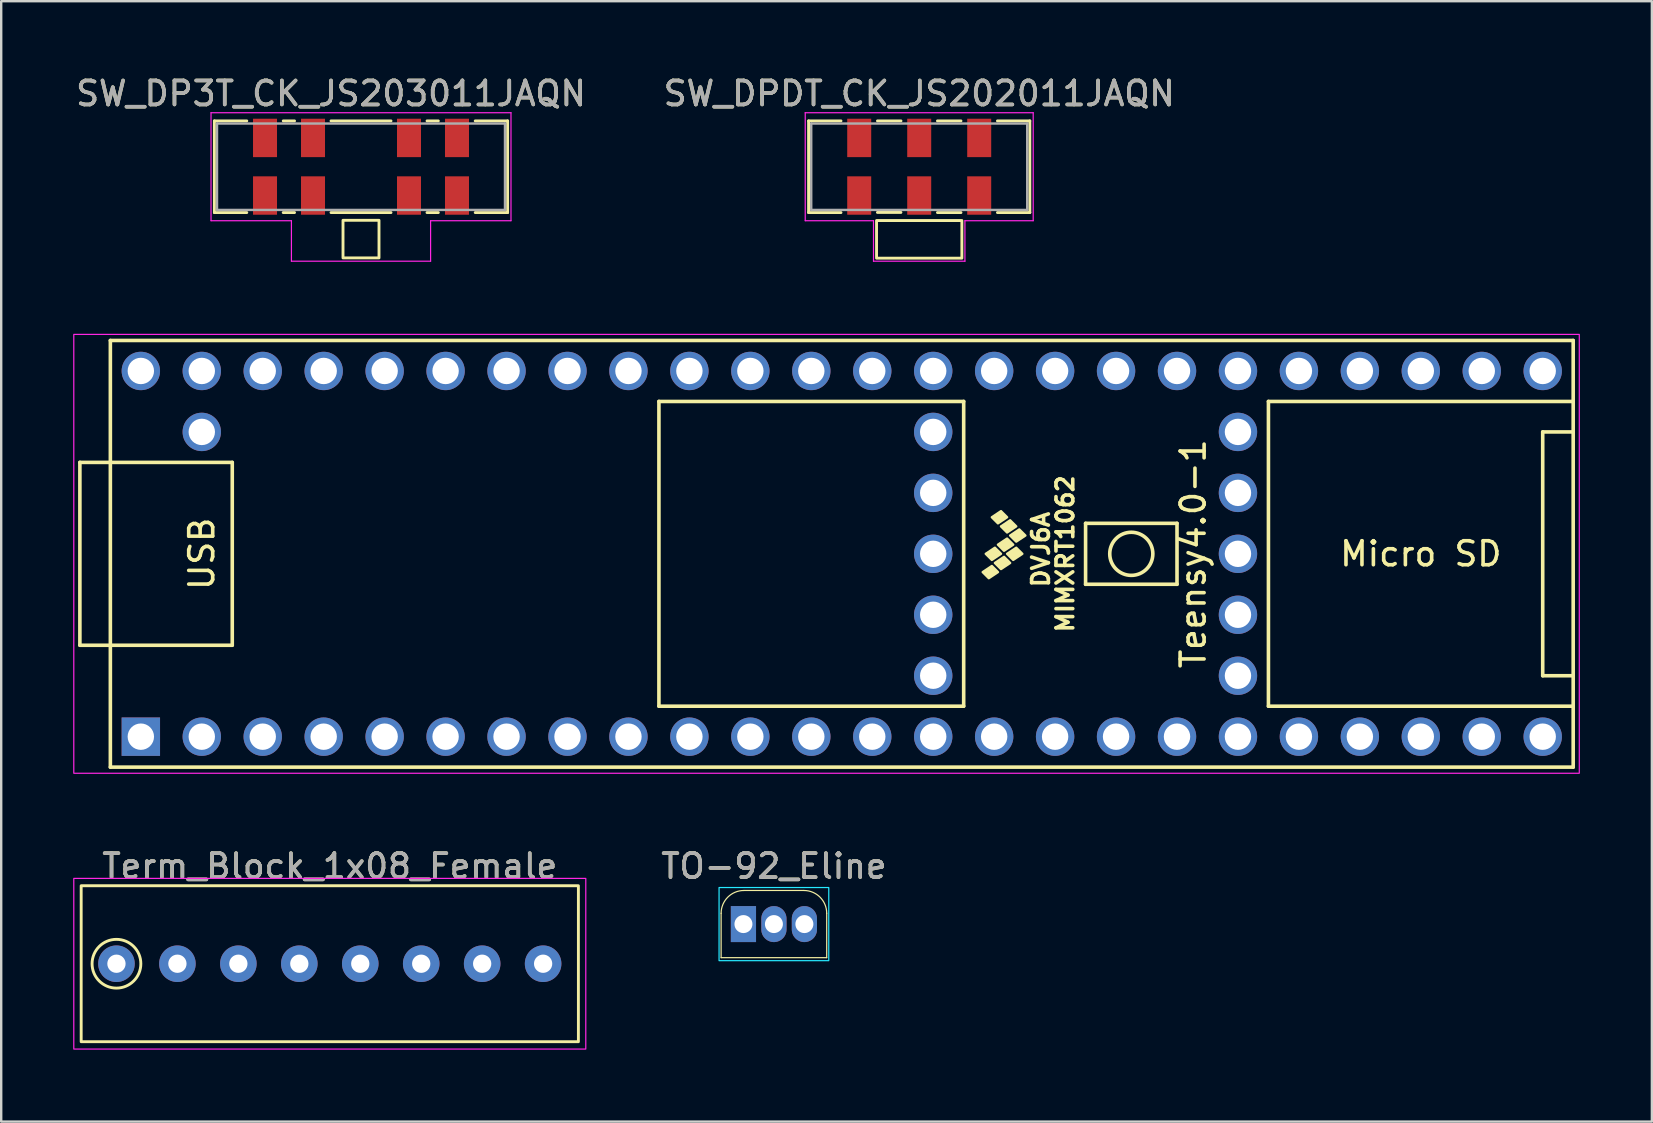
<source format=kicad_pcb>
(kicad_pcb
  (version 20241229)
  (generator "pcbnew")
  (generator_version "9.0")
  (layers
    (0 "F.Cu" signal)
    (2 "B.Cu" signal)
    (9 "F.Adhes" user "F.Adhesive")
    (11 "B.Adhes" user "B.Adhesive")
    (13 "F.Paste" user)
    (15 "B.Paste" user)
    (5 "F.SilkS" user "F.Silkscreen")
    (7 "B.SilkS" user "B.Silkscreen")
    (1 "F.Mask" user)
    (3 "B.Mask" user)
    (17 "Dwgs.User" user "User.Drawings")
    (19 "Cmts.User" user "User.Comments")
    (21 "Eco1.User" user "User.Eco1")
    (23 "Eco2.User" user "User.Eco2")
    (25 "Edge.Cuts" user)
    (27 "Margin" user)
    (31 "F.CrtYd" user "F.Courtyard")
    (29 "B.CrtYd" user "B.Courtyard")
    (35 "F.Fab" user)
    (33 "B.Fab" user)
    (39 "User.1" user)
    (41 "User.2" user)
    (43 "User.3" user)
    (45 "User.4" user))
  (footprint "SW_DPDT_CK_JS202011JAQN"
    (layer "F.Cu")
    (at 35.256 3.898)
    (property "Reference" "SW_DPDT_CK_JS202011JAQN" (at 0 -3.05 0) (layer "F.SilkS") (effects (font (size 1 1) (thickness 0.15))))
    (attr smd)
    (fp_line (start -4.61 -1.91) (end -4.61 1.91) (stroke (width 0.12) (type solid)) (layer "F.SilkS"))
    (fp_line (start -4.61 1.91) (end -3.26 1.91) (stroke (width 0.12) (type solid)) (layer "F.SilkS"))
    (fp_line (start -3.26 -1.91) (end -4.61 -1.91) (stroke (width 0.12) (type solid)) (layer "F.SilkS"))
    (fp_line (start -0.762 1.904) (end -1.742 1.904) (stroke (width 0.12) (type solid)) (layer "F.SilkS"))
    (fp_line (start -0.76 -1.91) (end -1.74 -1.91) (stroke (width 0.12) (type solid)) (layer "F.SilkS"))
    (fp_line (start 1.74 -1.91) (end 0.76 -1.91) (stroke (width 0.12) (type solid)) (layer "F.SilkS"))
    (fp_line (start 1.74 1.91) (end 0.76 1.91) (stroke (width 0.12) (type solid)) (layer "F.SilkS"))
    (fp_line (start 4.61 -1.91) (end 3.26 -1.91) (stroke (width 0.12) (type solid)) (layer "F.SilkS"))
    (fp_line (start 4.61 -1.91) (end 4.61 1.91) (stroke (width 0.12) (type solid)) (layer "F.SilkS"))
    (fp_line (start 4.61 1.91) (end 3.26 1.91) (stroke (width 0.12) (type solid)) (layer "F.SilkS"))
    (fp_rect (start -1.778 3.81) (end 1.778 2.242) (stroke (width 0.12) (type solid)) (fill no) (layer "F.SilkS"))
    (fp_line (start -4.75 -2.25) (end -4.75 2.25) (stroke (width 0.05) (type solid)) (layer "F.CrtYd"))
    (fp_line (start -4.75 -2.25) (end 4.75 -2.25) (stroke (width 0.05) (type solid)) (layer "F.CrtYd"))
    (fp_line (start -1.905 2.25) (end -4.75 2.25) (stroke (width 0.05) (type solid)) (layer "F.CrtYd"))
    (fp_line (start -1.905 3.937) (end -1.905 2.25) (stroke (width 0.05) (type solid)) (layer "F.CrtYd"))
    (fp_line (start -1.905 3.937) (end 1.905 3.937) (stroke (width 0.05) (type solid)) (layer "F.CrtYd"))
    (fp_line (start 1.905 3.937) (end 1.905 2.25) (stroke (width 0.05) (type solid)) (layer "F.CrtYd"))
    (fp_line (start 4.75 -2.25) (end 4.75 2.25) (stroke (width 0.05) (type solid)) (layer "F.CrtYd"))
    (fp_line (start 4.75 2.25) (end 1.905 2.25) (stroke (width 0.05) (type solid)) (layer "F.CrtYd"))
    (fp_line (start -4.5 -1.8) (end 4.5 -1.8) (stroke (width 0.1) (type solid)) (layer "F.Fab"))
    (fp_line (start -4.5 1.8) (end -4.5 -1.8) (stroke (width 0.1) (type solid)) (layer "F.Fab"))
    (fp_line (start 4.5 -1.8) (end 4.5 1.8) (stroke (width 0.1) (type solid)) (layer "F.Fab"))
    (fp_line (start 4.5 1.8) (end -4.5 1.8) (stroke (width 0.1) (type solid)) (layer "F.Fab"))
    (fp_text user "${REFERENCE}" (at 0 -3.05 0) (layer "F.Fab") (effects (font (size 1 1) (thickness 0.15))))
    (pad "1" smd rect (at -2.5 -1.2) (size 1 1.6) (layers "F.Cu" "F.Mask" "F.Paste"))
    (pad "2" smd rect (at 0 -1.2) (size 1 1.6) (layers "F.Cu" "F.Mask" "F.Paste"))
    (pad "3" smd rect (at 2.5 -1.2) (size 1 1.6) (layers "F.Cu" "F.Mask" "F.Paste"))
    (pad "4" smd rect (at -2.5 1.2) (size 1 1.6) (layers "F.Cu" "F.Mask" "F.Paste"))
    (pad "5" smd rect (at 0 1.2) (size 1 1.6) (layers "F.Cu" "F.Mask" "F.Paste"))
    (pad "6" smd rect (at 2.5 1.2) (size 1 1.6) (layers "F.Cu" "F.Mask" "F.Paste")))
  (footprint "TO-92_Eline"
    (layer "F.Cu")
    (at 29.201 35.459)
    (property "Reference" "TO-92_Eline" (at 0 -2.413 0) (unlocked yes) (layer "F.SilkS") (effects (font (size 1 1) (thickness 0.15))))
    (attr through_hole)
    (fp_line (start -2.2 1.4) (end -2.2 -0.45) (stroke (width 0.05) (type solid)) (layer "F.SilkS"))
    (fp_line (start -2.2 1.4) (end 2.2 1.4) (stroke (width 0.05) (type solid)) (layer "F.SilkS"))
    (fp_line (start -1.25 -1.4) (end 1.25 -1.4) (stroke (width 0.05) (type solid)) (layer "F.SilkS"))
    (fp_line (start 2.2 1.4) (end 2.2 -0.45) (stroke (width 0.05) (type solid)) (layer "F.SilkS"))
    (fp_arc (start -2.2 -0.45) (mid -1.921751 -1.121751) (end -1.25 -1.4) (stroke (width 0.05) (type solid)) (layer "F.SilkS"))
    (fp_arc (start 1.25 -1.4) (mid 1.921751 -1.121751) (end 2.2 -0.45) (stroke (width 0.05) (type solid)) (layer "F.SilkS"))
    (fp_rect (start -2.286 1.524) (end 2.286 -1.524) (stroke (width 0.05) (type solid)) (fill no) (layer "B.CrtYd"))
    (fp_text user "${REFERENCE}" (at 0 -2.413 0) (unlocked yes) (layer "F.Fab") (effects (font (size 1 1) (thickness 0.15))))
    (pad "1" thru_hole rect (at -1.27 0) (size 1.05 1.5) (drill 0.75) (layers "*.Cu" "*.Mask"))
    (pad "2" thru_hole oval (at 0 0) (size 1.05 1.5) (drill 0.75) (layers "*.Cu" "*.Mask"))
    (pad "3" thru_hole oval (at 1.27 0) (size 1.05 1.5) (drill 0.75) (layers "*.Cu" "*.Mask")))
  (footprint "Teensy4.0-1"
    (layer "F.Cu")
    (at 32.029 20.029)
    (property "Reference" "Teensy4.0-1" (at 14.644 0 90) (layer "F.SilkS") (effects (font (size 1 1) (thickness 0.15))))
    (attr through_hole)
    (fp_line (start -31.75 -3.81) (end -30.48 -3.81) (stroke (width 0.15) (type solid)) (layer "F.SilkS"))
    (fp_line (start -31.75 3.81) (end -31.75 -3.81) (stroke (width 0.15) (type solid)) (layer "F.SilkS"))
    (fp_line (start -30.48 -8.89) (end 30.48 -8.89) (stroke (width 0.15) (type solid)) (layer "F.SilkS"))
    (fp_line (start -30.48 3.81) (end -31.75 3.81) (stroke (width 0.15) (type solid)) (layer "F.SilkS"))
    (fp_line (start -30.48 8.89) (end -30.48 -8.89) (stroke (width 0.15) (type solid)) (layer "F.SilkS"))
    (fp_line (start -25.4 -3.81) (end -30.48 -3.81) (stroke (width 0.15) (type solid)) (layer "F.SilkS"))
    (fp_line (start -25.4 3.81) (end -30.48 3.81) (stroke (width 0.15) (type solid)) (layer "F.SilkS"))
    (fp_line (start -25.4 3.81) (end -25.4 -3.81) (stroke (width 0.15) (type solid)) (layer "F.SilkS"))
    (fp_line (start -7.62 -6.35) (end -7.62 6.35) (stroke (width 0.15) (type solid)) (layer "F.SilkS"))
    (fp_line (start -7.62 6.35) (end 5.08 6.35) (stroke (width 0.15) (type solid)) (layer "F.SilkS"))
    (fp_line (start 5.08 -6.35) (end -7.62 -6.35) (stroke (width 0.15) (type solid)) (layer "F.SilkS"))
    (fp_line (start 5.08 6.35) (end 5.08 -6.35) (stroke (width 0.15) (type solid)) (layer "F.SilkS"))
    (fp_line (start 10.16 -1.27) (end 13.97 -1.27) (stroke (width 0.15) (type solid)) (layer "F.SilkS"))
    (fp_line (start 10.16 1.27) (end 10.16 -1.27) (stroke (width 0.15) (type solid)) (layer "F.SilkS"))
    (fp_line (start 13.97 -1.27) (end 13.97 1.27) (stroke (width 0.15) (type solid)) (layer "F.SilkS"))
    (fp_line (start 13.97 1.27) (end 10.16 1.27) (stroke (width 0.15) (type solid)) (layer "F.SilkS"))
    (fp_line (start 17.78 -6.35) (end 17.78 6.35) (stroke (width 0.15) (type solid)) (layer "F.SilkS"))
    (fp_line (start 17.78 6.35) (end 30.48 6.35) (stroke (width 0.15) (type solid)) (layer "F.SilkS"))
    (fp_line (start 29.21 -5.08) (end 29.21 5.08) (stroke (width 0.15) (type solid)) (layer "F.SilkS"))
    (fp_line (start 29.21 5.08) (end 30.48 5.08) (stroke (width 0.15) (type solid)) (layer "F.SilkS"))
    (fp_line (start 30.48 -8.89) (end 30.48 8.89) (stroke (width 0.15) (type solid)) (layer "F.SilkS"))
    (fp_line (start 30.48 -6.35) (end 17.78 -6.35) (stroke (width 0.15) (type solid)) (layer "F.SilkS"))
    (fp_line (start 30.48 -5.08) (end 29.21 -5.08) (stroke (width 0.15) (type solid)) (layer "F.SilkS"))
    (fp_line (start 30.48 8.89) (end -30.48 8.89) (stroke (width 0.15) (type solid)) (layer "F.SilkS"))
    (fp_circle (center 12.065 0) (end 12.7 -0.635) (stroke (width 0.15) (type solid)) (fill no) (layer "F.SilkS"))
    (fp_poly (pts (xy 6.254 0.508) (xy 6.508 0.762) (xy 6.127 1.016) (xy 5.873 0.762)) (stroke (width 0.1) (type solid)) (fill yes) (layer "F.SilkS"))
    (fp_poly (pts (xy 6.381 -0.254) (xy 6.635 0) (xy 6.254 0.254) (xy 6 0)) (stroke (width 0.1) (type solid)) (fill yes) (layer "F.SilkS"))
    (fp_poly (pts (xy 6.635 -1.778) (xy 6.889 -1.524) (xy 6.508 -1.27) (xy 6.254 -1.524)) (stroke (width 0.1) (type solid)) (fill yes) (layer "F.SilkS"))
    (fp_poly (pts (xy 6.762 0.127) (xy 7.016 0.381) (xy 6.635 0.635) (xy 6.381 0.381)) (stroke (width 0.1) (type solid)) (fill yes) (layer "F.SilkS"))
    (fp_poly (pts (xy 6.889 -0.635) (xy 7.143 -0.381) (xy 6.762 -0.127) (xy 6.508 -0.381)) (stroke (width 0.1) (type solid)) (fill yes) (layer "F.SilkS"))
    (fp_poly (pts (xy 7.016 -1.397) (xy 7.27 -1.143) (xy 6.889 -0.889) (xy 6.635 -1.143)) (stroke (width 0.1) (type solid)) (fill yes) (layer "F.SilkS"))
    (fp_poly (pts (xy 7.27 -0.254) (xy 7.524 0) (xy 7.143 0.254) (xy 6.889 0)) (stroke (width 0.1) (type solid)) (fill yes) (layer "F.SilkS"))
    (fp_poly (pts (xy 7.397 -1.016) (xy 7.651 -0.762) (xy 7.27 -0.508) (xy 7.016 -0.762)) (stroke (width 0.1) (type solid)) (fill yes) (layer "F.SilkS"))
    (fp_rect (start 30.734 -9.144) (end -32.004 9.144) (stroke (width 0.05) (type solid)) (fill no) (layer "F.CrtYd"))
    (fp_text user "Micro SD" (at 24.13 0 0) (layer "F.SilkS") (effects (font (size 1 1) (thickness 0.15))))
    (fp_text user "MIMXRT1062" (at 9.31 0 270) (layer "F.SilkS") (effects (font (size 0.7 0.7) (thickness 0.15))))
    (fp_text user "DVJ6A" (at 8.294 -0.18 270) (layer "F.SilkS") (effects (font (size 0.7 0.7) (thickness 0.15))))
    (fp_text user "USB" (at -26.67 0 270) (layer "F.SilkS") (effects (font (size 1 1) (thickness 0.15))))
    (pad "0-15" thru_hole circle (at 3.81 5.08) (size 1.6 1.6) (drill 1.1) (layers "*.Cu" "*.Mask"))
    (pad "0-16" thru_hole circle (at 3.81 2.54) (size 1.6 1.6) (drill 1.1) (layers "*.Cu" "*.Mask"))
    (pad "0-17" thru_hole circle (at 3.81 0) (size 1.6 1.6) (drill 1.1) (layers "*.Cu" "*.Mask"))
    (pad "0-18" thru_hole circle (at 3.81 -2.54) (size 1.6 1.6) (drill 1.1) (layers "*.Cu" "*.Mask"))
    (pad "0-19" thru_hole circle (at 3.81 -5.08) (size 1.6 1.6) (drill 1.1) (layers "*.Cu" "*.Mask"))
    (pad "1" thru_hole rect (at -29.21 7.62) (size 1.6 1.6) (drill 1.1) (layers "*.Cu" "*.Mask"))
    (pad "2" thru_hole circle (at -26.67 7.62) (size 1.6 1.6) (drill 1.1) (layers "*.Cu" "*.Mask"))
    (pad "3" thru_hole circle (at -24.13 7.62) (size 1.6 1.6) (drill 1.1) (layers "*.Cu" "*.Mask"))
    (pad "4" thru_hole circle (at -21.59 7.62) (size 1.6 1.6) (drill 1.1) (layers "*.Cu" "*.Mask"))
    (pad "5" thru_hole circle (at -19.05 7.62) (size 1.6 1.6) (drill 1.1) (layers "*.Cu" "*.Mask"))
    (pad "6" thru_hole circle (at -16.51 7.62) (size 1.6 1.6) (drill 1.1) (layers "*.Cu" "*.Mask"))
    (pad "7" thru_hole circle (at -13.97 7.62) (size 1.6 1.6) (drill 1.1) (layers "*.Cu" "*.Mask"))
    (pad "8" thru_hole circle (at -11.43 7.62) (size 1.6 1.6) (drill 1.1) (layers "*.Cu" "*.Mask"))
    (pad "9" thru_hole circle (at -8.89 7.62) (size 1.6 1.6) (drill 1.1) (layers "*.Cu" "*.Mask"))
    (pad "10" thru_hole circle (at -6.35 7.62) (size 1.6 1.6) (drill 1.1) (layers "*.Cu" "*.Mask"))
    (pad "11" thru_hole circle (at -3.81 7.62) (size 1.6 1.6) (drill 1.1) (layers "*.Cu" "*.Mask"))
    (pad "12" thru_hole circle (at -1.27 7.62) (size 1.6 1.6) (drill 1.1) (layers "*.Cu" "*.Mask"))
    (pad "13" thru_hole circle (at 1.27 7.62) (size 1.6 1.6) (drill 1.1) (layers "*.Cu" "*.Mask"))
    (pad "14" thru_hole circle (at 3.81 7.62) (size 1.6 1.6) (drill 1.1) (layers "*.Cu" "*.Mask"))
    (pad "15" thru_hole circle (at 6.35 7.62) (size 1.6 1.6) (drill 1.1) (layers "*.Cu" "*.Mask"))
    (pad "16" thru_hole circle (at 8.89 7.62) (size 1.6 1.6) (drill 1.1) (layers "*.Cu" "*.Mask"))
    (pad "17" thru_hole circle (at 11.43 7.62) (size 1.6 1.6) (drill 1.1) (layers "*.Cu" "*.Mask"))
    (pad "18" thru_hole circle (at 13.97 7.62) (size 1.6 1.6) (drill 1.1) (layers "*.Cu" "*.Mask"))
    (pad "19" thru_hole circle (at 16.51 7.62) (size 1.6 1.6) (drill 1.1) (layers "*.Cu" "*.Mask"))
    (pad "20" thru_hole circle (at 19.05 7.62) (size 1.6 1.6) (drill 1.1) (layers "*.Cu" "*.Mask"))
    (pad "21" thru_hole circle (at 21.59 7.62) (size 1.6 1.6) (drill 1.1) (layers "*.Cu" "*.Mask"))
    (pad "22" thru_hole circle (at 24.13 7.62) (size 1.6 1.6) (drill 1.1) (layers "*.Cu" "*.Mask"))
    (pad "23" thru_hole circle (at 26.67 7.62) (size 1.6 1.6) (drill 1.1) (layers "*.Cu" "*.Mask"))
    (pad "24" thru_hole circle (at 29.21 7.62) (size 1.6 1.6) (drill 1.1) (layers "*.Cu" "*.Mask"))
    (pad "25" thru_hole circle (at 29.21 -7.62) (size 1.6 1.6) (drill 1.1) (layers "*.Cu" "*.Mask"))
    (pad "26" thru_hole circle (at 26.67 -7.62) (size 1.6 1.6) (drill 1.1) (layers "*.Cu" "*.Mask"))
    (pad "27" thru_hole circle (at 24.13 -7.62) (size 1.6 1.6) (drill 1.1) (layers "*.Cu" "*.Mask"))
    (pad "28" thru_hole circle (at 21.59 -7.62) (size 1.6 1.6) (drill 1.1) (layers "*.Cu" "*.Mask"))
    (pad "29" thru_hole circle (at 19.05 -7.62) (size 1.6 1.6) (drill 1.1) (layers "*.Cu" "*.Mask"))
    (pad "30" thru_hole circle (at 16.51 -7.62) (size 1.6 1.6) (drill 1.1) (layers "*.Cu" "*.Mask"))
    (pad "31" thru_hole circle (at 13.97 -7.62) (size 1.6 1.6) (drill 1.1) (layers "*.Cu" "*.Mask"))
    (pad "32" thru_hole circle (at 11.43 -7.62) (size 1.6 1.6) (drill 1.1) (layers "*.Cu" "*.Mask"))
    (pad "33" thru_hole circle (at 8.89 -7.62) (size 1.6 1.6) (drill 1.1) (layers "*.Cu" "*.Mask"))
    (pad "34" thru_hole circle (at 6.35 -7.62) (size 1.6 1.6) (drill 1.1) (layers "*.Cu" "*.Mask"))
    (pad "35" thru_hole circle (at 3.81 -7.62) (size 1.6 1.6) (drill 1.1) (layers "*.Cu" "*.Mask"))
    (pad "36" thru_hole circle (at 1.27 -7.62) (size 1.6 1.6) (drill 1.1) (layers "*.Cu" "*.Mask"))
    (pad "37" thru_hole circle (at -1.27 -7.62) (size 1.6 1.6) (drill 1.1) (layers "*.Cu" "*.Mask"))
    (pad "38" thru_hole circle (at -3.81 -7.62) (size 1.6 1.6) (drill 1.1) (layers "*.Cu" "*.Mask"))
    (pad "39" thru_hole circle (at -6.35 -7.62) (size 1.6 1.6) (drill 1.1) (layers "*.Cu" "*.Mask"))
    (pad "40" thru_hole circle (at -8.89 -7.62) (size 1.6 1.6) (drill 1.1) (layers "*.Cu" "*.Mask"))
    (pad "41" thru_hole circle (at -11.43 -7.62) (size 1.6 1.6) (drill 1.1) (layers "*.Cu" "*.Mask"))
    (pad "42" thru_hole circle (at -13.97 -7.62) (size 1.6 1.6) (drill 1.1) (layers "*.Cu" "*.Mask"))
    (pad "43" thru_hole circle (at -16.51 -7.62) (size 1.6 1.6) (drill 1.1) (layers "*.Cu" "*.Mask"))
    (pad "44" thru_hole circle (at -19.05 -7.62) (size 1.6 1.6) (drill 1.1) (layers "*.Cu" "*.Mask"))
    (pad "45" thru_hole circle (at -21.59 -7.62) (size 1.6 1.6) (drill 1.1) (layers "*.Cu" "*.Mask"))
    (pad "46" thru_hole circle (at -24.13 -7.62) (size 1.6 1.6) (drill 1.1) (layers "*.Cu" "*.Mask"))
    (pad "47" thru_hole circle (at -26.67 -7.62) (size 1.6 1.6) (drill 1.1) (layers "*.Cu" "*.Mask"))
    (pad "48" thru_hole circle (at -29.21 -7.62) (size 1.6 1.6) (drill 1.1) (layers "*.Cu" "*.Mask"))
    (pad "49" thru_hole circle (at -26.67 -5.08) (size 1.6 1.6) (drill 1.1) (layers "*.Cu" "*.Mask"))
    (pad "50" thru_hole circle (at 16.51 5.08) (size 1.6 1.6) (drill 1.1) (layers "*.Cu" "*.Mask"))
    (pad "51" thru_hole circle (at 16.51 2.54) (size 1.6 1.6) (drill 1.1) (layers "*.Cu" "*.Mask"))
    (pad "52" thru_hole circle (at 16.51 0) (size 1.6 1.6) (drill 1.1) (layers "*.Cu" "*.Mask"))
    (pad "53" thru_hole circle (at 16.51 -2.54) (size 1.6 1.6) (drill 1.1) (layers "*.Cu" "*.Mask"))
    (pad "54" thru_hole circle (at 16.51 -5.08) (size 1.6 1.6) (drill 1.1) (layers "*.Cu" "*.Mask")))
  (footprint "Term_Block_1x08_Female"
    (layer "F.Cu")
    (at 10.693 37.111)
    (property "Reference" "Term_Block_1x08_Female" (at 0 -4.064 0) (unlocked yes) (layer "F.SilkS") (effects (font (size 1 1) (thickness 0.15))))
    (attr through_hole)
    (fp_rect (start -10.36 -3.25) (end 10.36 3.25) (stroke (width 0.12) (type solid)) (fill no) (layer "F.SilkS"))
    (fp_circle (center -8.89 0) (end -7.874 0) (stroke (width 0.12) (type solid)) (fill no) (layer "F.SilkS"))
    (fp_rect (start -10.668 -3.556) (end 10.668 3.556) (stroke (width 0.05) (type solid)) (fill no) (layer "F.CrtYd"))
    (fp_text user "${REFERENCE}" (at 0 -4.064 0) (unlocked yes) (layer "F.Fab") (effects (font (size 1 1) (thickness 0.15))))
    (pad "1" thru_hole circle (at -8.89 0) (size 1.524 1.524) (drill 0.762) (layers "*.Cu" "*.Mask"))
    (pad "2" thru_hole circle (at -6.35 0) (size 1.524 1.524) (drill 0.762) (layers "*.Cu" "*.Mask"))
    (pad "3" thru_hole circle (at -3.81 0) (size 1.524 1.524) (drill 0.762) (layers "*.Cu" "*.Mask"))
    (pad "4" thru_hole circle (at -1.27 0) (size 1.524 1.524) (drill 0.762) (layers "*.Cu" "*.Mask"))
    (pad "5" thru_hole circle (at 1.27 0) (size 1.524 1.524) (drill 0.762) (layers "*.Cu" "*.Mask"))
    (pad "6" thru_hole circle (at 3.81 0) (size 1.524 1.524) (drill 0.762) (layers "*.Cu" "*.Mask"))
    (pad "7" thru_hole circle (at 6.35 0) (size 1.524 1.524) (drill 0.762) (layers "*.Cu" "*.Mask"))
    (pad "8" thru_hole circle (at 8.89 0) (size 1.524 1.524) (drill 0.762) (layers "*.Cu" "*.Mask")))
  (footprint "SW_DP3T_CK_JS203011JAQN"
    (layer "F.Cu")
    (at 11.994 3.898)
    (property "Reference" "SW_DP3T_CK_JS203011JAQN" (at -1.25 -3.05 0) (layer "F.SilkS") (effects (font (size 1 1) (thickness 0.15))))
    (attr smd)
    (fp_line (start -6.11 -1.91) (end -6.11 1.91) (stroke (width 0.12) (type solid)) (layer "F.SilkS"))
    (fp_line (start -6.11 1.91) (end -4.76 1.91) (stroke (width 0.12) (type solid)) (layer "F.SilkS"))
    (fp_line (start -4.76 -1.91) (end -6.11 -1.91) (stroke (width 0.12) (type solid)) (layer "F.SilkS"))
    (fp_line (start -2.77 -1.91) (end -3.24 -1.91) (stroke (width 0.12) (type solid)) (layer "F.SilkS"))
    (fp_line (start -2.77 1.91) (end -3.242 1.91) (stroke (width 0.12) (type solid)) (layer "F.SilkS"))
    (fp_line (start 1.25 -1.91) (end -1.25 -1.91) (stroke (width 0.12) (type solid)) (layer "F.SilkS"))
    (fp_line (start 1.25 1.91) (end -1.25 1.91) (stroke (width 0.12) (type solid)) (layer "F.SilkS"))
    (fp_line (start 3.222 -1.91) (end 2.752 -1.91) (stroke (width 0.12) (type solid)) (layer "F.SilkS"))
    (fp_line (start 3.222 1.91) (end 2.75 1.91) (stroke (width 0.12) (type solid)) (layer "F.SilkS"))
    (fp_line (start 6.11 -1.91) (end 4.76 -1.91) (stroke (width 0.12) (type solid)) (layer "F.SilkS"))
    (fp_line (start 6.11 -1.91) (end 6.11 1.91) (stroke (width 0.12) (type solid)) (layer "F.SilkS"))
    (fp_line (start 6.11 1.91) (end 4.76 1.91) (stroke (width 0.12) (type solid)) (layer "F.SilkS"))
    (fp_rect (start -0.75 3.8) (end 0.75 2.232) (stroke (width 0.12) (type solid)) (fill no) (layer "F.SilkS"))
    (fp_line (start -6.25 -2.25) (end -6.25 2.25) (stroke (width 0.05) (type solid)) (layer "F.CrtYd"))
    (fp_line (start -6.25 -2.25) (end 6.25 -2.25) (stroke (width 0.05) (type solid)) (layer "F.CrtYd"))
    (fp_line (start -2.9 2.25) (end -6.25 2.25) (stroke (width 0.05) (type solid)) (layer "F.CrtYd"))
    (fp_line (start -2.9 3.937) (end -2.9 2.25) (stroke (width 0.05) (type solid)) (layer "F.CrtYd"))
    (fp_line (start -2.9 3.937) (end 2.9 3.937) (stroke (width 0.05) (type solid)) (layer "F.CrtYd"))
    (fp_line (start 2.9 3.937) (end 2.9 2.25) (stroke (width 0.05) (type solid)) (layer "F.CrtYd"))
    (fp_line (start 6.25 -2.25) (end 6.25 2.25) (stroke (width 0.05) (type solid)) (layer "F.CrtYd"))
    (fp_line (start 6.25 2.25) (end 2.9 2.25) (stroke (width 0.05) (type solid)) (layer "F.CrtYd"))
    (fp_line (start -6 -1.8) (end 6 -1.8) (stroke (width 0.1) (type solid)) (layer "F.Fab"))
    (fp_line (start -6 1.8) (end -6 -1.8) (stroke (width 0.1) (type solid)) (layer "F.Fab"))
    (fp_line (start 6 -1.8) (end 6 1.8) (stroke (width 0.1) (type solid)) (layer "F.Fab"))
    (fp_line (start 6 1.8) (end -6 1.8) (stroke (width 0.1) (type solid)) (layer "F.Fab"))
    (fp_text user "${REFERENCE}" (at -1.25 -3.05 0) (layer "F.Fab") (effects (font (size 1 1) (thickness 0.15))))
    (pad "1" smd rect (at -4 -1.2) (size 1 1.6) (layers "F.Cu" "F.Mask" "F.Paste"))
    (pad "2" smd rect (at -2 -1.2) (size 1 1.6) (layers "F.Cu" "F.Mask" "F.Paste"))
    (pad "3" smd rect (at 2 -1.2) (size 1 1.6) (layers "F.Cu" "F.Mask" "F.Paste"))
    (pad "4" smd rect (at 4 -1.2) (size 1 1.6) (layers "F.Cu" "F.Mask" "F.Paste"))
    (pad "5" smd rect (at -4 1.2) (size 1 1.6) (layers "F.Cu" "F.Mask" "F.Paste"))
    (pad "6" smd rect (at -2 1.2) (size 1 1.6) (layers "F.Cu" "F.Mask" "F.Paste"))
    (pad "7" smd rect (at 2 1.2) (size 1 1.6) (layers "F.Cu" "F.Mask" "F.Paste"))
    (pad "8" smd rect (at 4 1.2) (size 1 1.6) (layers "F.Cu" "F.Mask" "F.Paste")))
  (gr_rect
    (start -3 -3)
    (end 65.788 43.691)
    (stroke (width 0.1) (type default))
    (fill no)
    (layer "Edge.Cuts")))
</source>
